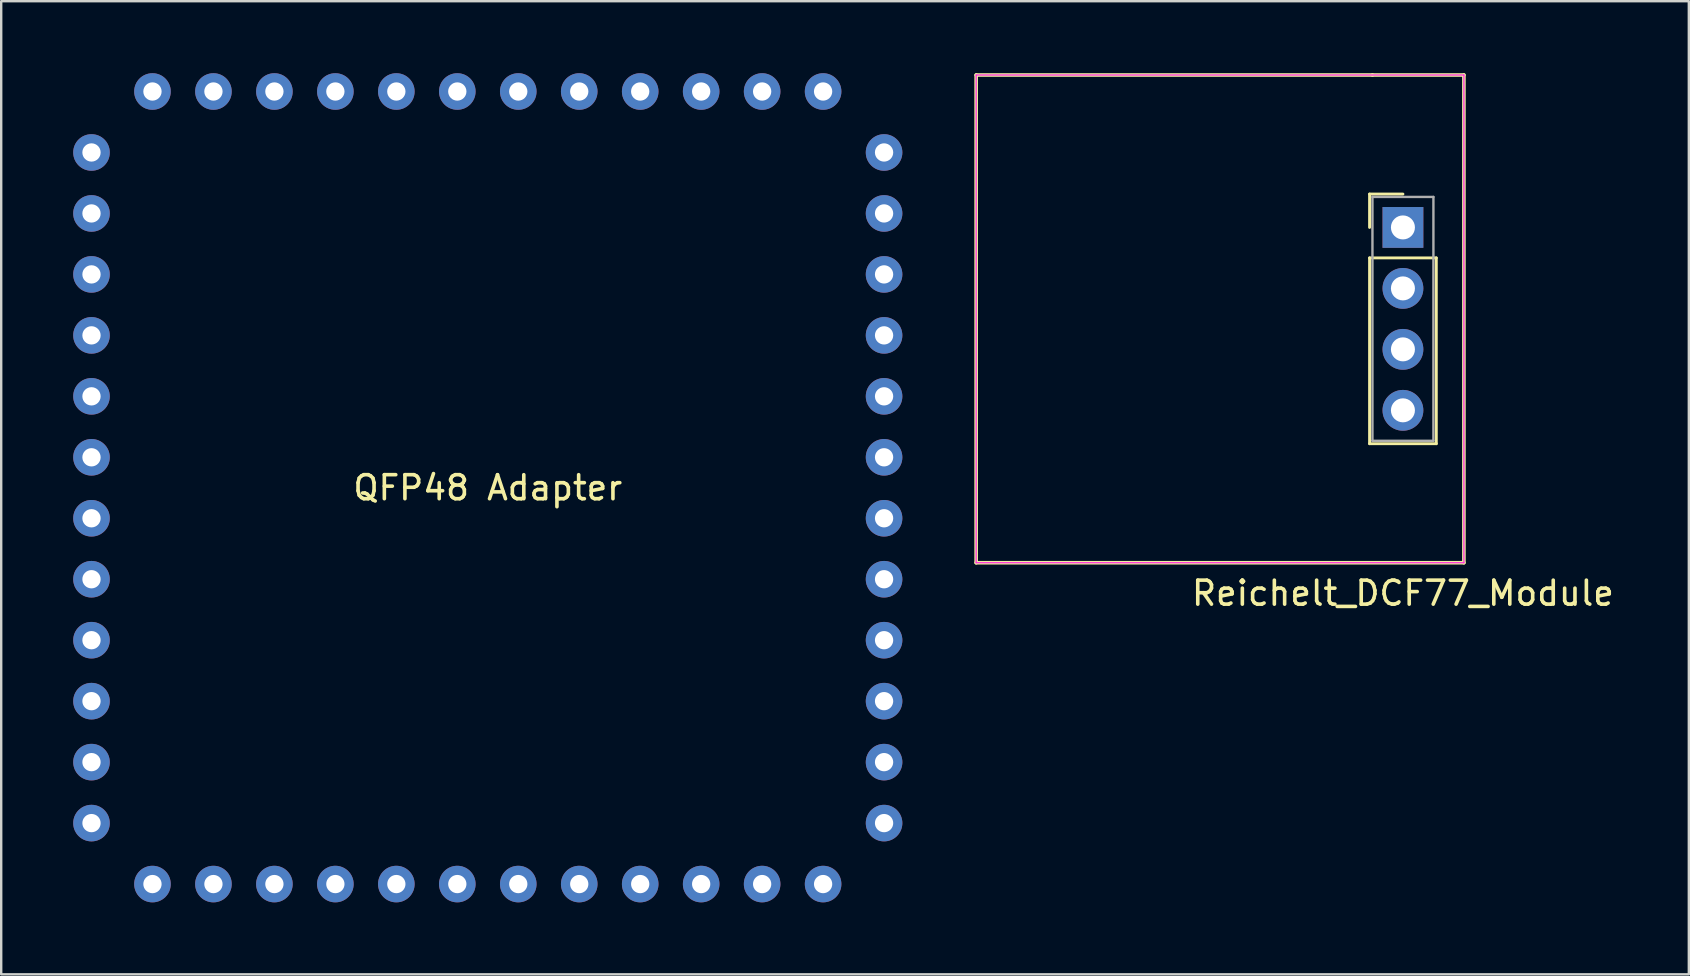
<source format=kicad_pcb>
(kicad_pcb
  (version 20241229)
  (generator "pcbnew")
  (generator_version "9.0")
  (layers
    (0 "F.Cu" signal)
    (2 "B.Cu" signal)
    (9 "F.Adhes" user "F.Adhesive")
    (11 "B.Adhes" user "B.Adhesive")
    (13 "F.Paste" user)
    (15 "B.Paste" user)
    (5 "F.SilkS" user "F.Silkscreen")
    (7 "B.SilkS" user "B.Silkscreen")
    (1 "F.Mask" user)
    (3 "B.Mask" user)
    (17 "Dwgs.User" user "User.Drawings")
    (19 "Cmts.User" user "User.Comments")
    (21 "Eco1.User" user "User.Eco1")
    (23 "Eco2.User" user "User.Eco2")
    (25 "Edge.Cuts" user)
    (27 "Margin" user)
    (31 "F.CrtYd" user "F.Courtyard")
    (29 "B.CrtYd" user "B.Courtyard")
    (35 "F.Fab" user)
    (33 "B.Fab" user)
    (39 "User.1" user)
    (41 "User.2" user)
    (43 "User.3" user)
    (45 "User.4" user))
  (footprint "QFP48 Adapter"
    (layer "F.Cu")
    (at 17.272 17.272)
    (property "Reference" "QFP48 Adapter" (at 0 0 0) (layer "F.SilkS") (effects (font (size 1 1) (thickness 0.15))))
    (attr through_hole)
    (pad "1" thru_hole circle (at -16.51 -13.97) (size 1.524 1.524) (drill 0.762) (layers "*.Cu" "*.Mask"))
    (pad "2" thru_hole circle (at -16.51 -11.43) (size 1.524 1.524) (drill 0.762) (layers "*.Cu" "*.Mask"))
    (pad "3" thru_hole circle (at -16.51 -8.89) (size 1.524 1.524) (drill 0.762) (layers "*.Cu" "*.Mask"))
    (pad "4" thru_hole circle (at -16.51 -6.35) (size 1.524 1.524) (drill 0.762) (layers "*.Cu" "*.Mask"))
    (pad "5" thru_hole circle (at -16.51 -3.81) (size 1.524 1.524) (drill 0.762) (layers "*.Cu" "*.Mask"))
    (pad "6" thru_hole circle (at -16.51 -1.27) (size 1.524 1.524) (drill 0.762) (layers "*.Cu" "*.Mask"))
    (pad "7" thru_hole circle (at -16.51 1.27) (size 1.524 1.524) (drill 0.762) (layers "*.Cu" "*.Mask"))
    (pad "8" thru_hole circle (at -16.51 3.81) (size 1.524 1.524) (drill 0.762) (layers "*.Cu" "*.Mask"))
    (pad "9" thru_hole circle (at -16.51 6.35) (size 1.524 1.524) (drill 0.762) (layers "*.Cu" "*.Mask"))
    (pad "10" thru_hole circle (at -16.51 8.89) (size 1.524 1.524) (drill 0.762) (layers "*.Cu" "*.Mask"))
    (pad "11" thru_hole circle (at -16.51 11.43) (size 1.524 1.524) (drill 0.762) (layers "*.Cu" "*.Mask"))
    (pad "12" thru_hole circle (at -16.51 13.97) (size 1.524 1.524) (drill 0.762) (layers "*.Cu" "*.Mask"))
    (pad "13" thru_hole circle (at -13.97 16.51) (size 1.524 1.524) (drill 0.762) (layers "*.Cu" "*.Mask"))
    (pad "14" thru_hole circle (at -11.43 16.51) (size 1.524 1.524) (drill 0.762) (layers "*.Cu" "*.Mask"))
    (pad "15" thru_hole circle (at -8.89 16.51) (size 1.524 1.524) (drill 0.762) (layers "*.Cu" "*.Mask"))
    (pad "16" thru_hole circle (at -6.35 16.51) (size 1.524 1.524) (drill 0.762) (layers "*.Cu" "*.Mask"))
    (pad "17" thru_hole circle (at -3.81 16.51) (size 1.524 1.524) (drill 0.762) (layers "*.Cu" "*.Mask"))
    (pad "18" thru_hole circle (at -1.27 16.51) (size 1.524 1.524) (drill 0.762) (layers "*.Cu" "*.Mask"))
    (pad "19" thru_hole circle (at 1.27 16.51) (size 1.524 1.524) (drill 0.762) (layers "*.Cu" "*.Mask"))
    (pad "20" thru_hole circle (at 3.81 16.51) (size 1.524 1.524) (drill 0.762) (layers "*.Cu" "*.Mask"))
    (pad "21" thru_hole circle (at 6.35 16.51) (size 1.524 1.524) (drill 0.762) (layers "*.Cu" "*.Mask"))
    (pad "22" thru_hole circle (at 8.89 16.51) (size 1.524 1.524) (drill 0.762) (layers "*.Cu" "*.Mask"))
    (pad "23" thru_hole circle (at 11.43 16.51) (size 1.524 1.524) (drill 0.762) (layers "*.Cu" "*.Mask"))
    (pad "24" thru_hole circle (at 13.97 16.51) (size 1.524 1.524) (drill 0.762) (layers "*.Cu" "*.Mask"))
    (pad "25" thru_hole circle (at 16.51 13.97) (size 1.524 1.524) (drill 0.762) (layers "*.Cu" "*.Mask"))
    (pad "26" thru_hole circle (at 16.51 11.43) (size 1.524 1.524) (drill 0.762) (layers "*.Cu" "*.Mask"))
    (pad "27" thru_hole circle (at 16.51 8.89) (size 1.524 1.524) (drill 0.762) (layers "*.Cu" "*.Mask"))
    (pad "28" thru_hole circle (at 16.51 6.35) (size 1.524 1.524) (drill 0.762) (layers "*.Cu" "*.Mask"))
    (pad "29" thru_hole circle (at 16.51 3.81) (size 1.524 1.524) (drill 0.762) (layers "*.Cu" "*.Mask"))
    (pad "30" thru_hole circle (at 16.51 1.27) (size 1.524 1.524) (drill 0.762) (layers "*.Cu" "*.Mask"))
    (pad "31" thru_hole circle (at 16.51 -1.27) (size 1.524 1.524) (drill 0.762) (layers "*.Cu" "*.Mask"))
    (pad "32" thru_hole circle (at 16.51 -3.81) (size 1.524 1.524) (drill 0.762) (layers "*.Cu" "*.Mask"))
    (pad "33" thru_hole circle (at 16.51 -6.35) (size 1.524 1.524) (drill 0.762) (layers "*.Cu" "*.Mask"))
    (pad "34" thru_hole circle (at 16.51 -8.89) (size 1.524 1.524) (drill 0.762) (layers "*.Cu" "*.Mask"))
    (pad "35" thru_hole circle (at 16.51 -11.43) (size 1.524 1.524) (drill 0.762) (layers "*.Cu" "*.Mask"))
    (pad "36" thru_hole circle (at 16.51 -13.97) (size 1.524 1.524) (drill 0.762) (layers "*.Cu" "*.Mask"))
    (pad "37" thru_hole circle (at 13.97 -16.51) (size 1.524 1.524) (drill 0.762) (layers "*.Cu" "*.Mask"))
    (pad "38" thru_hole circle (at 11.43 -16.51) (size 1.524 1.524) (drill 0.762) (layers "*.Cu" "*.Mask"))
    (pad "39" thru_hole circle (at 8.89 -16.51) (size 1.524 1.524) (drill 0.762) (layers "*.Cu" "*.Mask"))
    (pad "40" thru_hole circle (at 6.35 -16.51) (size 1.524 1.524) (drill 0.762) (layers "*.Cu" "*.Mask"))
    (pad "41" thru_hole circle (at 3.81 -16.51) (size 1.524 1.524) (drill 0.762) (layers "*.Cu" "*.Mask"))
    (pad "42" thru_hole circle (at 1.27 -16.51) (size 1.524 1.524) (drill 0.762) (layers "*.Cu" "*.Mask"))
    (pad "43" thru_hole circle (at -1.27 -16.51) (size 1.524 1.524) (drill 0.762) (layers "*.Cu" "*.Mask"))
    (pad "44" thru_hole circle (at -3.81 -16.51) (size 1.524 1.524) (drill 0.762) (layers "*.Cu" "*.Mask"))
    (pad "45" thru_hole circle (at -6.35 -16.51) (size 1.524 1.524) (drill 0.762) (layers "*.Cu" "*.Mask"))
    (pad "46" thru_hole circle (at -8.89 -16.51) (size 1.524 1.524) (drill 0.762) (layers "*.Cu" "*.Mask"))
    (pad "47" thru_hole circle (at -11.43 -16.51) (size 1.524 1.524) (drill 0.762) (layers "*.Cu" "*.Mask"))
    (pad "48" thru_hole circle (at -13.97 -16.51) (size 1.524 1.524) (drill 0.762) (layers "*.Cu" "*.Mask")))
  (footprint "Reichelt_DCF77_Module"
    (layer "F.Cu")
    (at 55.399 6.425)
    (property "Reference" "Reichelt_DCF77_Module" (at 0 15.24 0) (layer "F.SilkS") (effects (font (size 1 1) (thickness 0.15))))
    (attr through_hole)
    (fp_line (start -17.78 -6.35) (end -17.78 13.97) (stroke (width 0.15) (type solid)) (layer "F.SilkS"))
    (fp_line (start -17.78 -6.35) (end -1.27 -6.35) (stroke (width 0.15) (type solid)) (layer "F.SilkS"))
    (fp_line (start -1.39 -1.39) (end 0 -1.39) (stroke (width 0.12) (type solid)) (layer "F.SilkS"))
    (fp_line (start -1.39 0) (end -1.39 -1.39) (stroke (width 0.12) (type solid)) (layer "F.SilkS"))
    (fp_line (start -1.39 1.27) (end -1.39 9.01) (stroke (width 0.12) (type solid)) (layer "F.SilkS"))
    (fp_line (start -1.39 9.01) (end 1.39 9.01) (stroke (width 0.12) (type solid)) (layer "F.SilkS"))
    (fp_line (start -1.27 -6.35) (end 2.54 -6.35) (stroke (width 0.15) (type solid)) (layer "F.SilkS"))
    (fp_line (start 1.39 1.27) (end -1.39 1.27) (stroke (width 0.12) (type solid)) (layer "F.SilkS"))
    (fp_line (start 1.39 9.01) (end 1.39 1.27) (stroke (width 0.12) (type solid)) (layer "F.SilkS"))
    (fp_line (start 2.54 -6.35) (end 2.54 13.97) (stroke (width 0.15) (type solid)) (layer "F.SilkS"))
    (fp_line (start 2.54 13.97) (end -17.78 13.97) (stroke (width 0.15) (type solid)) (layer "F.SilkS"))
    (fp_line (start -17.78 -6.35) (end -17.78 13.97) (stroke (width 0.05) (type solid)) (layer "F.CrtYd"))
    (fp_line (start -17.78 13.97) (end 2.54 13.97) (stroke (width 0.05) (type solid)) (layer "F.CrtYd"))
    (fp_line (start 2.54 -6.35) (end -17.78 -6.35) (stroke (width 0.05) (type solid)) (layer "F.CrtYd"))
    (fp_line (start 2.54 13.97) (end 2.54 -6.35) (stroke (width 0.05) (type solid)) (layer "F.CrtYd"))
    (fp_line (start -1.27 -1.27) (end -1.27 8.89) (stroke (width 0.1) (type solid)) (layer "F.Fab"))
    (fp_line (start -1.27 8.89) (end 1.27 8.89) (stroke (width 0.1) (type solid)) (layer "F.Fab"))
    (fp_line (start 1.27 -1.27) (end -1.27 -1.27) (stroke (width 0.1) (type solid)) (layer "F.Fab"))
    (fp_line (start 1.27 8.89) (end 1.27 -1.27) (stroke (width 0.1) (type solid)) (layer "F.Fab"))
    (pad "1" thru_hole rect (at 0 0) (size 1.7 1.7) (drill 1) (layers "*.Cu" "*.Mask"))
    (pad "2" thru_hole oval (at 0 2.54) (size 1.7 1.7) (drill 1) (layers "*.Cu" "*.Mask"))
    (pad "3" thru_hole oval (at 0 5.08) (size 1.7 1.7) (drill 1) (layers "*.Cu" "*.Mask"))
    (pad "4" thru_hole oval (at 0 7.62) (size 1.7 1.7) (drill 1) (layers "*.Cu" "*.Mask")))
  (gr_rect
    (start -3 -3)
    (end 67.31 37.544)
    (stroke (width 0.1) (type default))
    (fill no)
    (layer "Edge.Cuts")))
</source>
